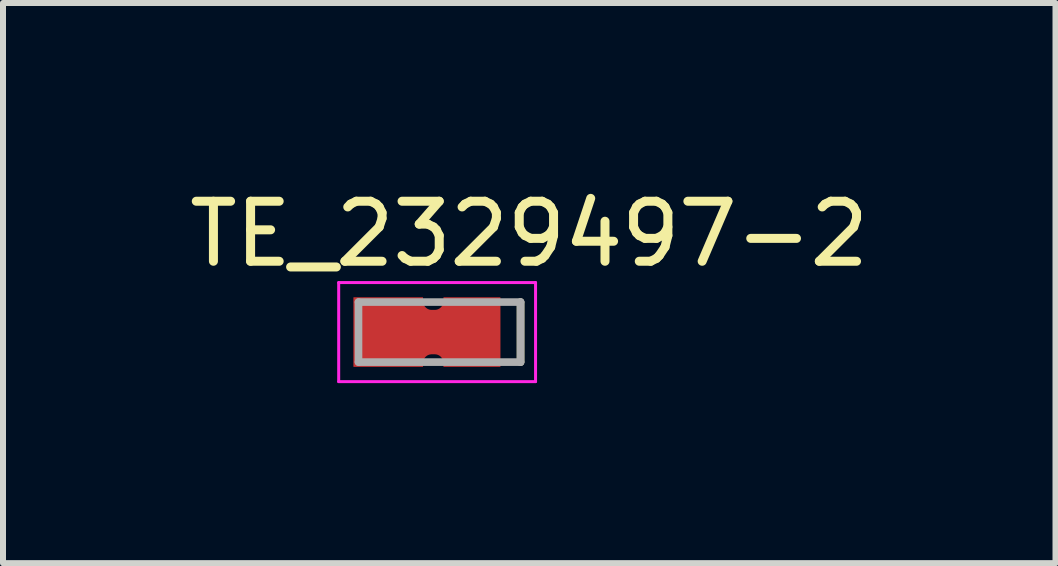
<source format=kicad_pcb>
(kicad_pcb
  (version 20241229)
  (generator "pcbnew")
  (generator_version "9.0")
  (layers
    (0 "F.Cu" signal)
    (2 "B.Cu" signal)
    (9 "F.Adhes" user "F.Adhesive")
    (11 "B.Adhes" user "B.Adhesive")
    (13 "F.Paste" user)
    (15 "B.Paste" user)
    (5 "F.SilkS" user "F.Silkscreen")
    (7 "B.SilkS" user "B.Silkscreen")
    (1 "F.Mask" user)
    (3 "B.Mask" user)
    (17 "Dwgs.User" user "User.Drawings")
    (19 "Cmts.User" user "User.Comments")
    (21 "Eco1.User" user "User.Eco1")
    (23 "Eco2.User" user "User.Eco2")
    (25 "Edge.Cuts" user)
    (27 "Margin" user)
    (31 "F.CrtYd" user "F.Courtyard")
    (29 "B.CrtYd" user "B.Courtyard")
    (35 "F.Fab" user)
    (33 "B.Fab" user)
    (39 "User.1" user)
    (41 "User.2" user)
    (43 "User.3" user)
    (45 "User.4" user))
  (footprint "TE_2329497-2"
    (layer "F.Cu")
    (at 4.273 2.483)
    (property "Reference" "TE_2329497-2" (at 1.495 -1.635 0) (layer "F.SilkS") (effects (font (size 1 1) (thickness 0.15))))
    (attr smd)
    (fp_poly (pts (xy -1.53 -0.675) (xy -1.53 0.675) (xy -0.18 0.675) (xy -0.18 0.515) (xy -0.18 0.512) (xy -0.18 0.51) (xy -0.179 0.507) (xy -0.179 0.505) (xy -0.178 0.502) (xy -0.178 0.5) (xy -0.177 0.497) (xy -0.176 0.495) (xy -0.175 0.492) (xy -0.173 0.49) (xy -0.172 0.488) (xy -0.17 0.486) (xy -0.169 0.484) (xy -0.167 0.482) (xy -0.165 0.48) (xy -0.163 0.478) (xy -0.161 0.476) (xy -0.159 0.475) (xy -0.157 0.473) (xy -0.155 0.472) (xy -0.153 0.47) (xy -0.15 0.469) (xy -0.148 0.468) (xy -0.145 0.467) (xy -0.143 0.467) (xy -0.14 0.466) (xy -0.138 0.466) (xy -0.135 0.465) (xy -0.133 0.465) (xy -0.13 0.465) (xy -0.08 0.465) (xy -0.077 0.465) (xy -0.075 0.465) (xy -0.072 0.466) (xy -0.07 0.466) (xy -0.067 0.467) (xy -0.065 0.467) (xy -0.062 0.468) (xy -0.06 0.469) (xy -0.057 0.47) (xy -0.055 0.472) (xy -0.053 0.473) (xy -0.051 0.475) (xy -0.049 0.476) (xy -0.047 0.478) (xy -0.045 0.48) (xy -0.043 0.482) (xy -0.041 0.484) (xy -0.04 0.486) (xy -0.038 0.488) (xy -0.037 0.49) (xy -0.035 0.492) (xy -0.034 0.495) (xy -0.033 0.497) (xy -0.032 0.5) (xy -0.032 0.502) (xy -0.031 0.505) (xy -0.031 0.507) (xy -0.03 0.51) (xy -0.03 0.512) (xy -0.03 0.515) (xy -0.03 0.675) (xy 1.11 0.675) (xy 1.11 -0.675) (xy -0.03 -0.675) (xy -0.03 -0.515) (xy -0.03 -0.512) (xy -0.03 -0.51) (xy -0.031 -0.507) (xy -0.031 -0.505) (xy -0.032 -0.502) (xy -0.032 -0.5) (xy -0.033 -0.497) (xy -0.034 -0.495) (xy -0.035 -0.492) (xy -0.037 -0.49) (xy -0.038 -0.488) (xy -0.04 -0.486) (xy -0.041 -0.484) (xy -0.043 -0.482) (xy -0.045 -0.48) (xy -0.047 -0.478) (xy -0.049 -0.476) (xy -0.051 -0.475) (xy -0.053 -0.473) (xy -0.055 -0.472) (xy -0.057 -0.47) (xy -0.06 -0.469) (xy -0.062 -0.468) (xy -0.065 -0.467) (xy -0.067 -0.467) (xy -0.07 -0.466) (xy -0.072 -0.466) (xy -0.075 -0.465) (xy -0.077 -0.465) (xy -0.08 -0.465) (xy -0.13 -0.465) (xy -0.133 -0.465) (xy -0.135 -0.465) (xy -0.138 -0.466) (xy -0.14 -0.466) (xy -0.143 -0.467) (xy -0.145 -0.467) (xy -0.148 -0.468) (xy -0.15 -0.469) (xy -0.153 -0.47) (xy -0.155 -0.472) (xy -0.157 -0.473) (xy -0.159 -0.475) (xy -0.161 -0.476) (xy -0.163 -0.478) (xy -0.165 -0.48) (xy -0.167 -0.482) (xy -0.169 -0.484) (xy -0.17 -0.486) (xy -0.172 -0.488) (xy -0.173 -0.49) (xy -0.175 -0.492) (xy -0.176 -0.495) (xy -0.177 -0.497) (xy -0.178 -0.5) (xy -0.178 -0.502) (xy -0.179 -0.505) (xy -0.179 -0.507) (xy -0.18 -0.51) (xy -0.18 -0.512) (xy -0.18 -0.515) (xy -0.18 -0.675) (xy -1.53 -0.675)) (stroke (width 0.01) (type solid)) (fill yes) (layer "F.Mask"))
    (fp_line (start 1.35 -0.5) (end 1.35 0.5) (stroke (width 0.127) (type solid)) (layer "F.SilkS"))
    (fp_poly (pts (xy -1.43 -0.575) (xy -1.43 0.575) (xy -0.28 0.575) (xy -0.28 0.515) (xy -0.28 0.507) (xy -0.279 0.499) (xy -0.278 0.492) (xy -0.277 0.484) (xy -0.275 0.476) (xy -0.273 0.469) (xy -0.27 0.461) (xy -0.267 0.454) (xy -0.264 0.447) (xy -0.26 0.44) (xy -0.256 0.433) (xy -0.251 0.427) (xy -0.247 0.421) (xy -0.241 0.415) (xy -0.236 0.409) (xy -0.23 0.404) (xy -0.224 0.398) (xy -0.218 0.394) (xy -0.212 0.389) (xy -0.205 0.385) (xy -0.198 0.381) (xy -0.191 0.378) (xy -0.184 0.375) (xy -0.176 0.372) (xy -0.169 0.37) (xy -0.161 0.368) (xy -0.153 0.367) (xy -0.146 0.366) (xy -0.138 0.365) (xy -0.13 0.365) (xy -0.08 0.365) (xy -0.072 0.365) (xy -0.064 0.366) (xy -0.057 0.367) (xy -0.049 0.368) (xy -0.041 0.37) (xy -0.034 0.372) (xy -0.026 0.375) (xy -0.019 0.378) (xy -0.012 0.381) (xy -0.005 0.385) (xy 0.002 0.389) (xy 0.008 0.394) (xy 0.014 0.398) (xy 0.02 0.404) (xy 0.026 0.409) (xy 0.031 0.415) (xy 0.037 0.421) (xy 0.041 0.427) (xy 0.046 0.433) (xy 0.05 0.44) (xy 0.054 0.447) (xy 0.057 0.454) (xy 0.06 0.461) (xy 0.063 0.469) (xy 0.065 0.476) (xy 0.067 0.484) (xy 0.068 0.492) (xy 0.069 0.499) (xy 0.07 0.507) (xy 0.07 0.515) (xy 0.07 0.575) (xy 1.01 0.575) (xy 1.01 -0.575) (xy 0.07 -0.575) (xy 0.07 -0.515) (xy 0.07 -0.507) (xy 0.069 -0.499) (xy 0.068 -0.492) (xy 0.067 -0.484) (xy 0.065 -0.476) (xy 0.063 -0.469) (xy 0.06 -0.461) (xy 0.057 -0.454) (xy 0.054 -0.447) (xy 0.05 -0.44) (xy 0.046 -0.433) (xy 0.041 -0.427) (xy 0.037 -0.421) (xy 0.031 -0.415) (xy 0.026 -0.409) (xy 0.02 -0.404) (xy 0.014 -0.398) (xy 0.008 -0.394) (xy 0.002 -0.389) (xy -0.005 -0.385) (xy -0.012 -0.381) (xy -0.019 -0.378) (xy -0.026 -0.375) (xy -0.034 -0.372) (xy -0.041 -0.37) (xy -0.049 -0.368) (xy -0.057 -0.367) (xy -0.064 -0.366) (xy -0.072 -0.365) (xy -0.08 -0.365) (xy -0.13 -0.365) (xy -0.138 -0.365) (xy -0.146 -0.366) (xy -0.153 -0.367) (xy -0.161 -0.368) (xy -0.169 -0.37) (xy -0.176 -0.372) (xy -0.184 -0.375) (xy -0.191 -0.378) (xy -0.198 -0.381) (xy -0.205 -0.385) (xy -0.212 -0.389) (xy -0.218 -0.394) (xy -0.224 -0.398) (xy -0.23 -0.404) (xy -0.236 -0.409) (xy -0.241 -0.415) (xy -0.247 -0.421) (xy -0.251 -0.427) (xy -0.256 -0.433) (xy -0.26 -0.44) (xy -0.264 -0.447) (xy -0.267 -0.454) (xy -0.27 -0.461) (xy -0.273 -0.469) (xy -0.275 -0.476) (xy -0.277 -0.484) (xy -0.278 -0.492) (xy -0.279 -0.499) (xy -0.28 -0.507) (xy -0.28 -0.515) (xy -0.28 -0.575) (xy -1.43 -0.575)) (stroke (width 0.01) (type solid)) (fill yes) (layer "F.Paste"))
    (fp_line (start -1.68 -0.825) (end -1.68 0.825) (stroke (width 0.05) (type solid)) (layer "F.CrtYd"))
    (fp_line (start -1.68 0.825) (end 1.6 0.825) (stroke (width 0.05) (type solid)) (layer "F.CrtYd"))
    (fp_line (start 1.6 -0.825) (end -1.68 -0.825) (stroke (width 0.05) (type solid)) (layer "F.CrtYd"))
    (fp_line (start 1.6 0.825) (end 1.6 -0.825) (stroke (width 0.05) (type solid)) (layer "F.CrtYd"))
    (fp_line (start -1.35 -0.5) (end -1.35 0.5) (stroke (width 0.127) (type solid)) (layer "F.Fab"))
    (fp_line (start -1.35 -0.5) (end 1.35 -0.5) (stroke (width 0.127) (type solid)) (layer "F.Fab"))
    (fp_line (start -1.35 0.5) (end 1.35 0.5) (stroke (width 0.127) (type solid)) (layer "F.Fab"))
    (fp_line (start 1.35 -0.5) (end 1.35 0.5) (stroke (width 0.127) (type solid)) (layer "F.Fab"))
    (pad "1" smd custom (at -0.21 0) (size 0.5 0.5) (layers "F.Cu") (options (anchor rect)) (primitives (gr_poly (pts (xy -1.22 -0.575) (xy -1.22 0.575) (xy -0.07 0.575) (xy -0.07 0.515) (xy -0.07 0.507) (xy -0.069 0.499) (xy -0.068 0.492) (xy -0.067 0.484) (xy -0.065 0.476) (xy -0.063 0.469) (xy -0.06 0.461) (xy -0.057 0.454) (xy -0.054 0.447) (xy -0.05 0.44) (xy -0.046 0.433) (xy -0.041 0.427) (xy -0.037 0.421) (xy -0.031 0.415) (xy -0.026 0.409) (xy -0.02 0.404) (xy -0.014 0.398) (xy -0.008 0.394) (xy -0.002 0.389) (xy 0.005 0.385) (xy 0.012 0.381) (xy 0.019 0.378) (xy 0.026 0.375) (xy 0.034 0.372) (xy 0.041 0.37) (xy 0.049 0.368) (xy 0.057 0.367) (xy 0.064 0.366) (xy 0.072 0.365) (xy 0.08 0.365) (xy 0.13 0.365) (xy 0.138 0.365) (xy 0.146 0.366) (xy 0.153 0.367) (xy 0.161 0.368) (xy 0.169 0.37) (xy 0.176 0.372) (xy 0.184 0.375) (xy 0.191 0.378) (xy 0.198 0.381) (xy 0.205 0.385) (xy 0.212 0.389) (xy 0.218 0.394) (xy 0.224 0.398) (xy 0.23 0.404) (xy 0.236 0.409) (xy 0.241 0.415) (xy 0.247 0.421) (xy 0.251 0.427) (xy 0.256 0.433) (xy 0.26 0.44) (xy 0.264 0.447) (xy 0.267 0.454) (xy 0.27 0.461) (xy 0.273 0.469) (xy 0.275 0.476) (xy 0.277 0.484) (xy 0.278 0.492) (xy 0.279 0.499) (xy 0.28 0.507) (xy 0.28 0.515) (xy 0.28 0.575) (xy 1.22 0.575) (xy 1.22 -0.575) (xy 0.28 -0.575) (xy 0.28 -0.515) (xy 0.28 -0.507) (xy 0.279 -0.499) (xy 0.278 -0.492) (xy 0.277 -0.484) (xy 0.275 -0.476) (xy 0.273 -0.469) (xy 0.27 -0.461) (xy 0.267 -0.454) (xy 0.264 -0.447) (xy 0.26 -0.44) (xy 0.256 -0.433) (xy 0.251 -0.427) (xy 0.247 -0.421) (xy 0.241 -0.415) (xy 0.236 -0.409) (xy 0.23 -0.404) (xy 0.224 -0.398) (xy 0.218 -0.394) (xy 0.212 -0.389) (xy 0.205 -0.385) (xy 0.198 -0.381) (xy 0.191 -0.378) (xy 0.184 -0.375) (xy 0.176 -0.372) (xy 0.169 -0.37) (xy 0.161 -0.368) (xy 0.153 -0.367) (xy 0.146 -0.366) (xy 0.138 -0.365) (xy 0.13 -0.365) (xy 0.08 -0.365) (xy 0.072 -0.365) (xy 0.064 -0.366) (xy 0.057 -0.367) (xy 0.049 -0.368) (xy 0.041 -0.37) (xy 0.034 -0.372) (xy 0.026 -0.375) (xy 0.019 -0.378) (xy 0.012 -0.381) (xy 0.005 -0.385) (xy -0.002 -0.389) (xy -0.008 -0.394) (xy -0.014 -0.398) (xy -0.02 -0.404) (xy -0.026 -0.409) (xy -0.031 -0.415) (xy -0.037 -0.421) (xy -0.041 -0.427) (xy -0.046 -0.433) (xy -0.05 -0.44) (xy -0.054 -0.447) (xy -0.057 -0.454) (xy -0.06 -0.461) (xy -0.063 -0.469) (xy -0.065 -0.476) (xy -0.067 -0.484) (xy -0.068 -0.492) (xy -0.069 -0.499) (xy -0.07 -0.507) (xy -0.07 -0.515) (xy -0.07 -0.575) (xy -1.22 -0.575)) (width 0.01) (fill yes)))))
  (gr_rect
    (start -3 -3)
    (end 14.536 6.333)
    (stroke (width 0.1) (type default))
    (fill no)
    (layer "Edge.Cuts")))
</source>
